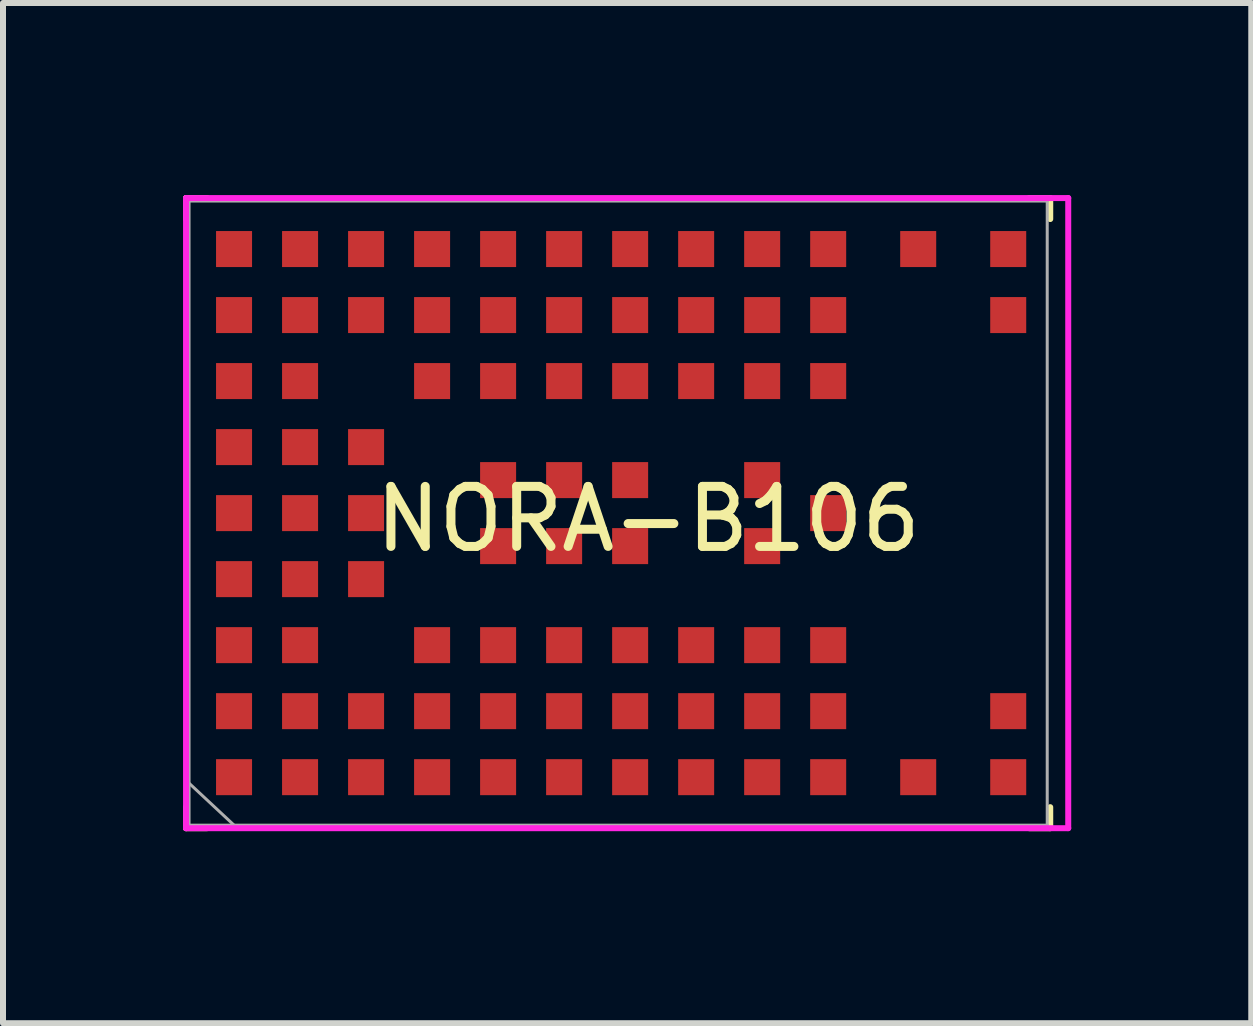
<source format=kicad_pcb>
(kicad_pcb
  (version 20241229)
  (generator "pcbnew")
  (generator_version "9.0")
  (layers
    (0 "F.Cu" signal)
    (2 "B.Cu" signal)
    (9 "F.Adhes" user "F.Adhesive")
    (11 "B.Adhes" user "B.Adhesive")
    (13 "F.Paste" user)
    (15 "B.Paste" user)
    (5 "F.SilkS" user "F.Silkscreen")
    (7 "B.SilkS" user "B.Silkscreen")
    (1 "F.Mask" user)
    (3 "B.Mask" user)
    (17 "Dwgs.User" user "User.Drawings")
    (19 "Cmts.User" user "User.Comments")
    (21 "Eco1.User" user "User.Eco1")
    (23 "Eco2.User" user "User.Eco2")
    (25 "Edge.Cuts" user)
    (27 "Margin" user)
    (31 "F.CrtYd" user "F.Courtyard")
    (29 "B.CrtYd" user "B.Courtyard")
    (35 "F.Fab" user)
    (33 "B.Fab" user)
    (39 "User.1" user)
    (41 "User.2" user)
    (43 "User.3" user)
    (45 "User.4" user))
  (footprint "NORA-B106"
    (layer "F.Cu")
    (at 7.75 5.5)
    (property "Reference" "NORA-B106" (at 0 0.1 0) (unlocked yes) (layer "F.SilkS") (effects (font (size 1 1) (thickness 0.15))))
    (attr smd)
    (fp_line (start -7.7 -5.25) (end -7.7 -4.9) (stroke (width 0.1) (type default)) (layer "F.SilkS"))
    (fp_line (start -7.7 -5.25) (end -7.35 -5.25) (stroke (width 0.1) (type default)) (layer "F.SilkS"))
    (fp_line (start -7.7 5.25) (end -7.7 4.9) (stroke (width 0.1) (type default)) (layer "F.SilkS"))
    (fp_line (start -7.7 5.25) (end -7.35 5.25) (stroke (width 0.1) (type default)) (layer "F.SilkS"))
    (fp_line (start 6.7 -5.25) (end 6.35 -5.25) (stroke (width 0.1) (type default)) (layer "F.SilkS"))
    (fp_line (start 6.7 -5.25) (end 6.7 -4.9) (stroke (width 0.1) (type default)) (layer "F.SilkS"))
    (fp_line (start 6.7 5.25) (end 6.35 5.25) (stroke (width 0.1) (type default)) (layer "F.SilkS"))
    (fp_line (start 6.7 5.25) (end 6.7 4.9) (stroke (width 0.1) (type default)) (layer "F.SilkS"))
    (fp_line (start -7.7 -5.25) (end -7.7 5.25) (stroke (width 0.1) (type solid)) (layer "F.CrtYd"))
    (fp_line (start -7.7 -5.25) (end 7 -5.25) (stroke (width 0.1) (type solid)) (layer "F.CrtYd"))
    (fp_line (start -7.7 5.25) (end 7 5.25) (stroke (width 0.1) (type solid)) (layer "F.CrtYd"))
    (fp_line (start 7 -5.25) (end 7 5.25) (stroke (width 0.1) (type solid)) (layer "F.CrtYd"))
    (fp_line (start -7.65 -5.2) (end -7.65 5.2) (stroke (width 0.05) (type solid)) (layer "F.Fab"))
    (fp_line (start -7.65 -5.2) (end 6.65 -5.2) (stroke (width 0.05) (type solid)) (layer "F.Fab"))
    (fp_line (start -7.65 4.5) (end -6.9 5.2) (stroke (width 0.05) (type solid)) (layer "F.Fab"))
    (fp_line (start -7.65 5.2) (end 6.65 5.2) (stroke (width 0.05) (type solid)) (layer "F.Fab"))
    (fp_line (start 6.65 -5.2) (end 6.65 5.2) (stroke (width 0.05) (type solid)) (layer "F.Fab"))
    (pad "A1" smd rect (at -6.9 4.4 90) (size 0.6 0.6) (layers "F.Cu" "F.Mask" "F.Paste"))
    (pad "A2" smd rect (at -6.9 3.3 90) (size 0.6 0.6) (layers "F.Cu" "F.Mask" "F.Paste"))
    (pad "A3" smd rect (at -6.9 2.2 90) (size 0.6 0.6) (layers "F.Cu" "F.Mask" "F.Paste"))
    (pad "A4" smd rect (at -6.9 1.1 90) (size 0.6 0.6) (layers "F.Cu" "F.Mask" "F.Paste"))
    (pad "A5" smd rect (at -6.9 0 90) (size 0.6 0.6) (layers "F.Cu" "F.Mask" "F.Paste"))
    (pad "A6" smd rect (at -6.9 -1.1 90) (size 0.6 0.6) (layers "F.Cu" "F.Mask" "F.Paste"))
    (pad "A7" smd rect (at -6.9 -2.2 90) (size 0.6 0.6) (layers "F.Cu" "F.Mask" "F.Paste"))
    (pad "A8" smd rect (at -6.9 -3.3 90) (size 0.6 0.6) (layers "F.Cu" "F.Mask" "F.Paste"))
    (pad "A9" smd rect (at -6.9 -4.4 90) (size 0.6 0.6) (layers "F.Cu" "F.Mask" "F.Paste"))
    (pad "B1" smd rect (at -5.8 4.4 90) (size 0.6 0.6) (layers "F.Cu" "F.Mask" "F.Paste"))
    (pad "B2" smd rect (at -5.8 3.3 90) (size 0.6 0.6) (layers "F.Cu" "F.Mask" "F.Paste"))
    (pad "B3" smd rect (at -5.8 2.2 90) (size 0.6 0.6) (layers "F.Cu" "F.Mask" "F.Paste"))
    (pad "B4" smd rect (at -5.8 1.1 90) (size 0.6 0.6) (layers "F.Cu" "F.Mask" "F.Paste"))
    (pad "B5" smd rect (at -5.8 0 90) (size 0.6 0.6) (layers "F.Cu" "F.Mask" "F.Paste"))
    (pad "B6" smd rect (at -5.8 -1.1 90) (size 0.6 0.6) (layers "F.Cu" "F.Mask" "F.Paste"))
    (pad "B7" smd rect (at -5.8 -2.2 90) (size 0.6 0.6) (layers "F.Cu" "F.Mask" "F.Paste"))
    (pad "B8" smd rect (at -5.8 -3.3 90) (size 0.6 0.6) (layers "F.Cu" "F.Mask" "F.Paste"))
    (pad "B9" smd rect (at -5.8 -4.4 90) (size 0.6 0.6) (layers "F.Cu" "F.Mask" "F.Paste"))
    (pad "C1" smd rect (at -4.7 4.4 90) (size 0.6 0.6) (layers "F.Cu" "F.Mask" "F.Paste"))
    (pad "C2" smd rect (at -4.7 3.3 90) (size 0.6 0.6) (layers "F.Cu" "F.Mask" "F.Paste"))
    (pad "C4" smd rect (at -4.7 1.1 90) (size 0.6 0.6) (layers "F.Cu" "F.Mask" "F.Paste"))
    (pad "C5" smd rect (at -4.7 0 90) (size 0.6 0.6) (layers "F.Cu" "F.Mask" "F.Paste"))
    (pad "C6" smd rect (at -4.7 -1.1 90) (size 0.6 0.6) (layers "F.Cu" "F.Mask" "F.Paste"))
    (pad "C8" smd rect (at -4.7 -3.3 90) (size 0.6 0.6) (layers "F.Cu" "F.Mask" "F.Paste"))
    (pad "C9" smd rect (at -4.7 -4.4 90) (size 0.6 0.6) (layers "F.Cu" "F.Mask" "F.Paste"))
    (pad "D1" smd rect (at -3.6 4.4 90) (size 0.6 0.6) (layers "F.Cu" "F.Mask" "F.Paste"))
    (pad "D2" smd rect (at -3.6 3.3 90) (size 0.6 0.6) (layers "F.Cu" "F.Mask" "F.Paste"))
    (pad "D3" smd rect (at -3.6 2.2 90) (size 0.6 0.6) (layers "F.Cu" "F.Mask" "F.Paste"))
    (pad "D7" smd rect (at -3.6 -2.2 90) (size 0.6 0.6) (layers "F.Cu" "F.Mask" "F.Paste"))
    (pad "D8" smd rect (at -3.6 -3.3 90) (size 0.6 0.6) (layers "F.Cu" "F.Mask" "F.Paste"))
    (pad "D9" smd rect (at -3.6 -4.4 90) (size 0.6 0.6) (layers "F.Cu" "F.Mask" "F.Paste"))
    (pad "E1" smd rect (at -2.5 4.4 90) (size 0.6 0.6) (layers "F.Cu" "F.Mask" "F.Paste"))
    (pad "E2" smd rect (at -2.5 3.3 90) (size 0.6 0.6) (layers "F.Cu" "F.Mask" "F.Paste"))
    (pad "E3" smd rect (at -2.5 2.2 90) (size 0.6 0.6) (layers "F.Cu" "F.Mask" "F.Paste"))
    (pad "E4" smd rect (at -2.5 0.55 90) (size 0.6 0.6) (layers "F.Cu" "F.Mask" "F.Paste"))
    (pad "E5" smd rect (at -2.5 -0.55 90) (size 0.6 0.6) (layers "F.Cu" "F.Mask" "F.Paste"))
    (pad "E7" smd rect (at -2.5 -2.2 90) (size 0.6 0.6) (layers "F.Cu" "F.Mask" "F.Paste"))
    (pad "E8" smd rect (at -2.5 -3.3 90) (size 0.6 0.6) (layers "F.Cu" "F.Mask" "F.Paste"))
    (pad "E9" smd rect (at -2.5 -4.4 90) (size 0.6 0.6) (layers "F.Cu" "F.Mask" "F.Paste"))
    (pad "F1" smd rect (at -1.4 4.4 90) (size 0.6 0.6) (layers "F.Cu" "F.Mask" "F.Paste"))
    (pad "F2" smd rect (at -1.4 3.3 90) (size 0.6 0.6) (layers "F.Cu" "F.Mask" "F.Paste"))
    (pad "F3" smd rect (at -1.4 2.2 90) (size 0.6 0.6) (layers "F.Cu" "F.Mask" "F.Paste"))
    (pad "F4" smd rect (at -1.4 0.55 90) (size 0.6 0.6) (layers "F.Cu" "F.Mask" "F.Paste"))
    (pad "F5" smd rect (at -1.4 -0.55 90) (size 0.6 0.6) (layers "F.Cu" "F.Mask" "F.Paste"))
    (pad "F7" smd rect (at -1.4 -2.2 90) (size 0.6 0.6) (layers "F.Cu" "F.Mask" "F.Paste"))
    (pad "F8" smd rect (at -1.4 -3.3 90) (size 0.6 0.6) (layers "F.Cu" "F.Mask" "F.Paste"))
    (pad "F9" smd rect (at -1.4 -4.4 90) (size 0.6 0.6) (layers "F.Cu" "F.Mask" "F.Paste"))
    (pad "G1" smd rect (at -0.3 4.4 90) (size 0.6 0.6) (layers "F.Cu" "F.Mask" "F.Paste"))
    (pad "G2" smd rect (at -0.3 3.3 90) (size 0.6 0.6) (layers "F.Cu" "F.Mask" "F.Paste"))
    (pad "G3" smd rect (at -0.3 2.2 90) (size 0.6 0.6) (layers "F.Cu" "F.Mask" "F.Paste"))
    (pad "G4" smd rect (at -0.3 0.55 90) (size 0.6 0.6) (layers "F.Cu" "F.Mask" "F.Paste"))
    (pad "G5" smd rect (at -0.3 -0.55 90) (size 0.6 0.6) (layers "F.Cu" "F.Mask" "F.Paste"))
    (pad "G7" smd rect (at -0.3 -2.2 90) (size 0.6 0.6) (layers "F.Cu" "F.Mask" "F.Paste"))
    (pad "G8" smd rect (at -0.3 -3.3 90) (size 0.6 0.6) (layers "F.Cu" "F.Mask" "F.Paste"))
    (pad "G9" smd rect (at -0.3 -4.4 90) (size 0.6 0.6) (layers "F.Cu" "F.Mask" "F.Paste"))
    (pad "H1" smd rect (at 0.8 4.4 90) (size 0.6 0.6) (layers "F.Cu" "F.Mask" "F.Paste"))
    (pad "H2" smd rect (at 0.8 3.3 90) (size 0.6 0.6) (layers "F.Cu" "F.Mask" "F.Paste"))
    (pad "H3" smd rect (at 0.8 2.2 90) (size 0.6 0.6) (layers "F.Cu" "F.Mask" "F.Paste"))
    (pad "H7" smd rect (at 0.8 -2.2 90) (size 0.6 0.6) (layers "F.Cu" "F.Mask" "F.Paste"))
    (pad "H8" smd rect (at 0.8 -3.3 90) (size 0.6 0.6) (layers "F.Cu" "F.Mask" "F.Paste"))
    (pad "H9" smd rect (at 0.8 -4.4 90) (size 0.6 0.6) (layers "F.Cu" "F.Mask" "F.Paste"))
    (pad "J1" smd rect (at 1.9 4.4 90) (size 0.6 0.6) (layers "F.Cu" "F.Mask" "F.Paste"))
    (pad "J2" smd rect (at 1.9 3.3 90) (size 0.6 0.6) (layers "F.Cu" "F.Mask" "F.Paste"))
    (pad "J3" smd rect (at 1.9 2.2 90) (size 0.6 0.6) (layers "F.Cu" "F.Mask" "F.Paste"))
    (pad "J4" smd rect (at 1.9 0.55 90) (size 0.6 0.6) (layers "F.Cu" "F.Mask" "F.Paste"))
    (pad "J5" smd rect (at 1.9 -0.55 90) (size 0.6 0.6) (layers "F.Cu" "F.Mask" "F.Paste"))
    (pad "J7" smd rect (at 1.9 -2.2 90) (size 0.6 0.6) (layers "F.Cu" "F.Mask" "F.Paste"))
    (pad "J8" smd rect (at 1.9 -3.3 90) (size 0.6 0.6) (layers "F.Cu" "F.Mask" "F.Paste"))
    (pad "J9" smd rect (at 1.9 -4.4 90) (size 0.6 0.6) (layers "F.Cu" "F.Mask" "F.Paste"))
    (pad "K1" smd rect (at 3 4.4 90) (size 0.6 0.6) (layers "F.Cu" "F.Mask" "F.Paste"))
    (pad "K2" smd rect (at 3 3.3 90) (size 0.6 0.6) (layers "F.Cu" "F.Mask" "F.Paste"))
    (pad "K3" smd rect (at 3 2.2 90) (size 0.6 0.6) (layers "F.Cu" "F.Mask" "F.Paste"))
    (pad "K5" smd rect (at 3 0 90) (size 0.6 0.6) (layers "F.Cu" "F.Mask" "F.Paste"))
    (pad "K7" smd rect (at 3 -2.2 90) (size 0.6 0.6) (layers "F.Cu" "F.Mask" "F.Paste"))
    (pad "K8" smd rect (at 3 -3.3 90) (size 0.6 0.6) (layers "F.Cu" "F.Mask" "F.Paste"))
    (pad "K9" smd rect (at 3 -4.4 90) (size 0.6 0.6) (layers "F.Cu" "F.Mask" "F.Paste"))
    (pad "L1" smd rect (at 4.5 4.4 90) (size 0.6 0.6) (layers "F.Cu" "F.Mask" "F.Paste"))
    (pad "L9" smd rect (at 4.5 -4.4 90) (size 0.6 0.6) (layers "F.Cu" "F.Mask" "F.Paste"))
    (pad "M1" smd rect (at 6 4.4 90) (size 0.6 0.6) (layers "F.Cu" "F.Mask" "F.Paste"))
    (pad "M2" smd rect (at 6 3.3 90) (size 0.6 0.6) (layers "F.Cu" "F.Mask" "F.Paste"))
    (pad "M8" smd rect (at 6 -3.3 90) (size 0.6 0.6) (layers "F.Cu" "F.Mask" "F.Paste"))
    (pad "M9" smd rect (at 6 -4.4 90) (size 0.6 0.6) (layers "F.Cu" "F.Mask" "F.Paste"))
    (zone (net_name "") (layers "F.Cu" "B.Cu") (name "ANTENNA") (hatch edge 0.5) (connect_pads) (min_thickness 0.25) (filled_areas_thickness no) (keepout (tracks not_allowed) (vias not_allowed) (pads not_allowed) (copperpour not_allowed) (footprints not_allowed)) (placement (enabled no)) (fill) (polygon (pts (xy 11.05 1.4) (xy 13.45 1.4) (xy 13.45 2.5) (xy 14.25 2.5) (xy 14.25 0) (xy 14.65 0) (xy 14.65 11) (xy 14.25 11) (xy 14.25 8.5) (xy 13.45 8.5) (xy 13.45 9.6) (xy 11.05 9.6)))))
  (gr_rect
    (start -3 -3)
    (end 17.8 14)
    (stroke (width 0.1) (type default))
    (fill no)
    (layer "Edge.Cuts")))
</source>
